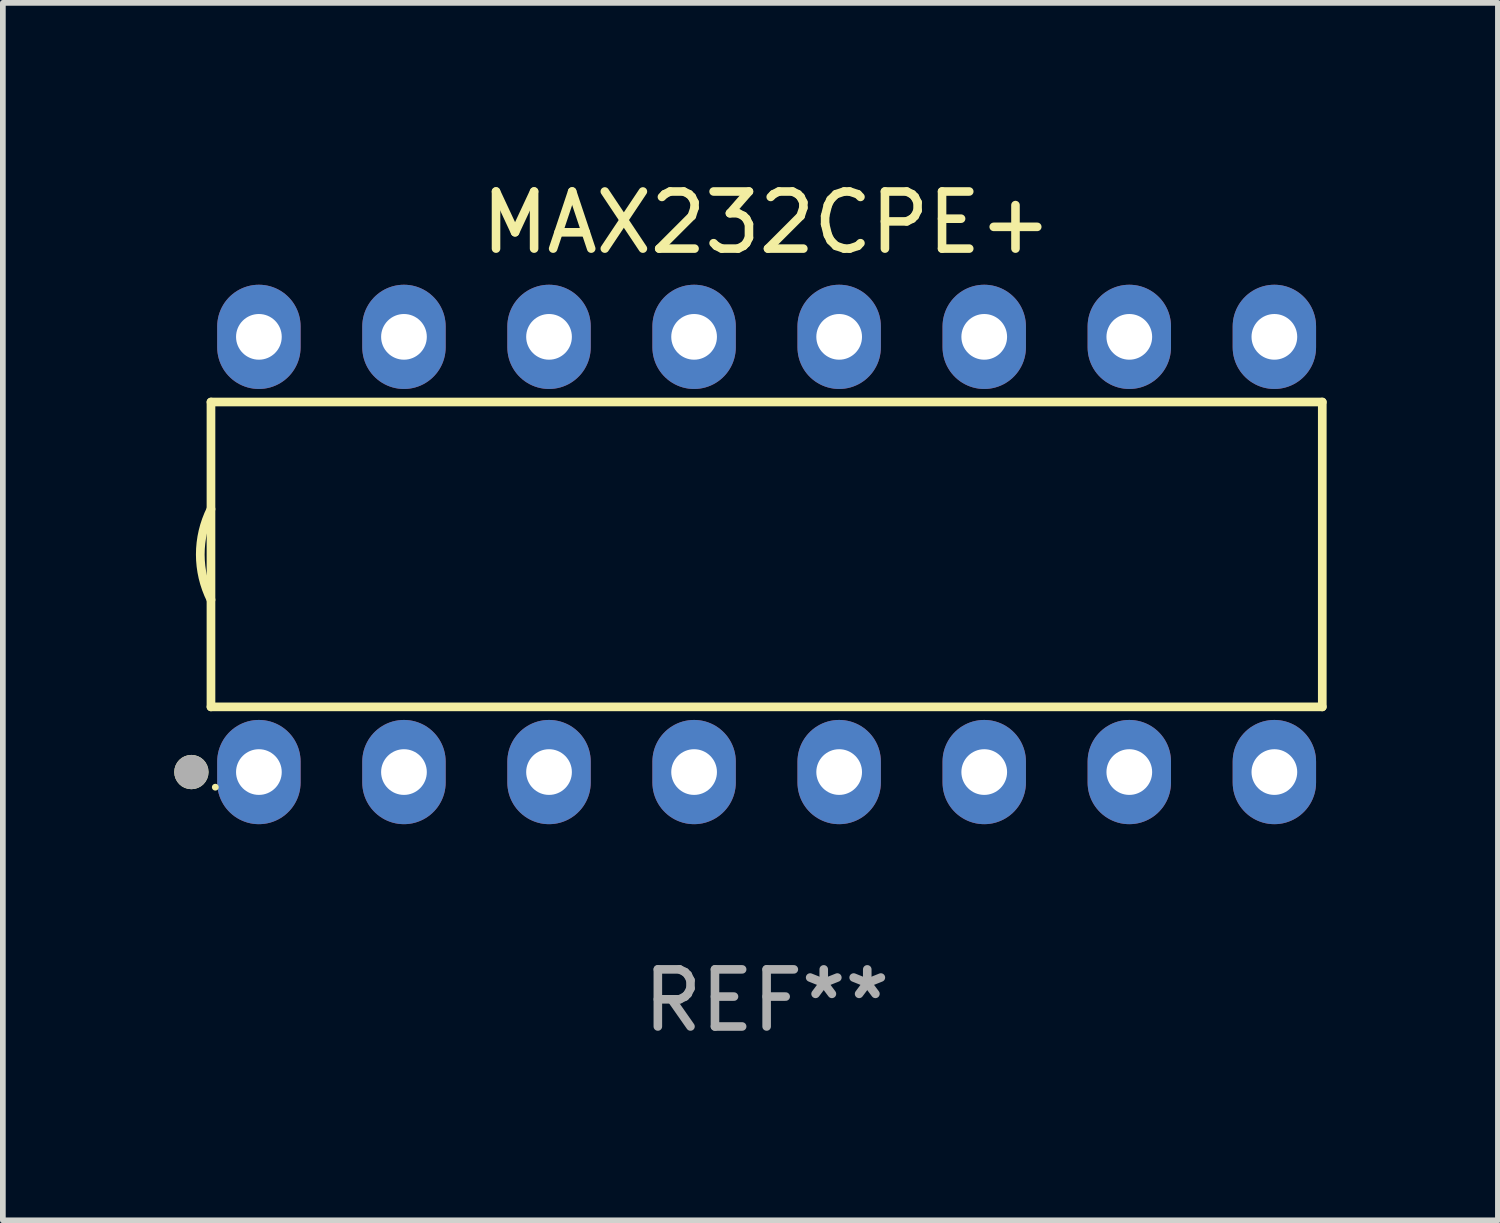
<source format=kicad_pcb>
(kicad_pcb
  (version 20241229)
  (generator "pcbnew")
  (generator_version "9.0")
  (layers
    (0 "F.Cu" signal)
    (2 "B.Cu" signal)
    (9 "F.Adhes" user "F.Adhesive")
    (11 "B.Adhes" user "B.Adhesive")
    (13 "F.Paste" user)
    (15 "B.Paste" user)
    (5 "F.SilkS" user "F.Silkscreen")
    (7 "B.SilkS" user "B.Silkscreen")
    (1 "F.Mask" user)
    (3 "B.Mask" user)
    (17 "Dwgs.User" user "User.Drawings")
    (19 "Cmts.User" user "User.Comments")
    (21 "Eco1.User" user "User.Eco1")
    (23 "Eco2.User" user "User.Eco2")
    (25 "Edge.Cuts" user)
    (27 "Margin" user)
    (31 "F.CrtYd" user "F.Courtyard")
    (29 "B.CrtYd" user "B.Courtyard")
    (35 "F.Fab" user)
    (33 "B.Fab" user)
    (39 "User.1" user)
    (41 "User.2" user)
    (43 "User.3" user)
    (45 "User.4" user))
  (footprint "MAX232CPE+"
    (layer "F.Cu")
    (at 10.373 6.658)
    (property "Reference" "MAX232CPE+" (at 0 -5.81 0) (layer "F.SilkS") (effects (font (size 1 1) (thickness 0.15))))
    (attr through_hole)
    (fp_line (start -9.729 -2.669) (end 9.729 -2.669) (stroke (width 0.152) (type solid)) (layer "F.SilkS"))
    (fp_line (start -9.729 2.669) (end -9.729 -2.669) (stroke (width 0.152) (type solid)) (layer "F.SilkS"))
    (fp_line (start 9.729 -2.669) (end 9.729 2.669) (stroke (width 0.152) (type solid)) (layer "F.SilkS"))
    (fp_line (start 9.729 2.669) (end -9.729 2.669) (stroke (width 0.152) (type solid)) (layer "F.SilkS"))
    (fp_arc (start -9.728727 0.793751) (mid -9.916106 0) (end -9.728727 -0.793752) (stroke (width 0.1524) (type solid)) (layer "F.SilkS"))
    (fp_circle (center -10.072 3.81) (end -9.922 3.81) (stroke (width 0.3) (type solid)) (fill no) (layer "F.SilkS"))
    (fp_circle (center -9.653 4.075) (end -9.623 4.075) (stroke (width 0.06) (type solid)) (fill no) (layer "F.SilkS"))
    (fp_circle (center -10.072 3.81) (end -9.922 3.81) (stroke (width 0.3) (type solid)) (fill no) (layer "F.Fab"))
    (fp_text user "REF**" (at 0 7.81 0) (layer "F.Fab") (effects (font (size 1 1) (thickness 0.15))))
    (pad "1" thru_hole oval (at -8.89 3.81) (size 1.46 1.825) (drill 0.8) (layers "*.Cu" "*.Mask"))
    (pad "2" thru_hole oval (at -6.35 3.81) (size 1.46 1.825) (drill 0.8) (layers "*.Cu" "*.Mask"))
    (pad "3" thru_hole oval (at -3.81 3.81) (size 1.46 1.825) (drill 0.8) (layers "*.Cu" "*.Mask"))
    (pad "4" thru_hole oval (at -1.27 3.81) (size 1.46 1.825) (drill 0.8) (layers "*.Cu" "*.Mask"))
    (pad "5" thru_hole oval (at 1.27 3.81) (size 1.46 1.825) (drill 0.8) (layers "*.Cu" "*.Mask"))
    (pad "6" thru_hole oval (at 3.81 3.81) (size 1.46 1.825) (drill 0.8) (layers "*.Cu" "*.Mask"))
    (pad "7" thru_hole oval (at 6.35 3.81) (size 1.46 1.825) (drill 0.8) (layers "*.Cu" "*.Mask"))
    (pad "8" thru_hole oval (at 8.89 3.81) (size 1.46 1.825) (drill 0.8) (layers "*.Cu" "*.Mask"))
    (pad "9" thru_hole oval (at 8.89 -3.81) (size 1.46 1.825) (drill 0.8) (layers "*.Cu" "*.Mask"))
    (pad "10" thru_hole oval (at 6.35 -3.81) (size 1.46 1.825) (drill 0.8) (layers "*.Cu" "*.Mask"))
    (pad "11" thru_hole oval (at 3.81 -3.81) (size 1.46 1.825) (drill 0.8) (layers "*.Cu" "*.Mask"))
    (pad "12" thru_hole oval (at 1.27 -3.81) (size 1.46 1.825) (drill 0.8) (layers "*.Cu" "*.Mask"))
    (pad "13" thru_hole oval (at -1.27 -3.81) (size 1.46 1.825) (drill 0.8) (layers "*.Cu" "*.Mask"))
    (pad "14" thru_hole oval (at -3.81 -3.81) (size 1.46 1.825) (drill 0.8) (layers "*.Cu" "*.Mask"))
    (pad "15" thru_hole oval (at -6.35 -3.81) (size 1.46 1.825) (drill 0.8) (layers "*.Cu" "*.Mask"))
    (pad "16" thru_hole oval (at -8.89 -3.81) (size 1.46 1.825) (drill 0.8) (layers "*.Cu" "*.Mask")))
  (gr_rect
    (start -3 -3)
    (end 23.177 18.317)
    (stroke (width 0.1) (type default))
    (fill no)
    (layer "Edge.Cuts")))
</source>
